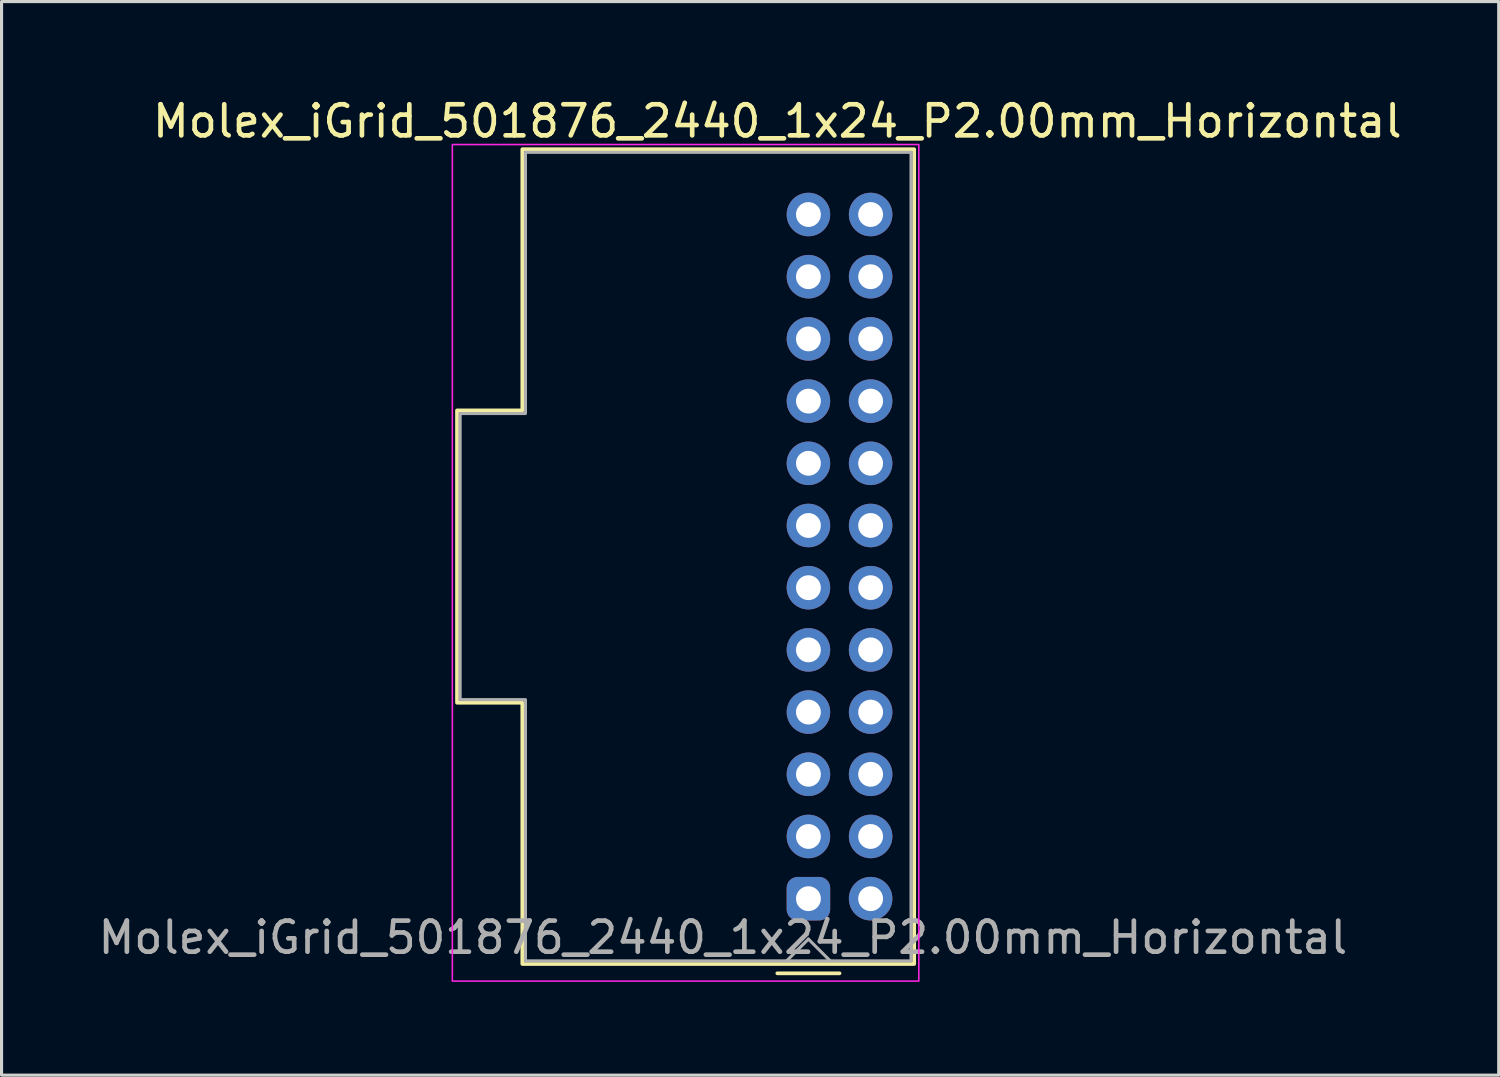
<source format=kicad_pcb>
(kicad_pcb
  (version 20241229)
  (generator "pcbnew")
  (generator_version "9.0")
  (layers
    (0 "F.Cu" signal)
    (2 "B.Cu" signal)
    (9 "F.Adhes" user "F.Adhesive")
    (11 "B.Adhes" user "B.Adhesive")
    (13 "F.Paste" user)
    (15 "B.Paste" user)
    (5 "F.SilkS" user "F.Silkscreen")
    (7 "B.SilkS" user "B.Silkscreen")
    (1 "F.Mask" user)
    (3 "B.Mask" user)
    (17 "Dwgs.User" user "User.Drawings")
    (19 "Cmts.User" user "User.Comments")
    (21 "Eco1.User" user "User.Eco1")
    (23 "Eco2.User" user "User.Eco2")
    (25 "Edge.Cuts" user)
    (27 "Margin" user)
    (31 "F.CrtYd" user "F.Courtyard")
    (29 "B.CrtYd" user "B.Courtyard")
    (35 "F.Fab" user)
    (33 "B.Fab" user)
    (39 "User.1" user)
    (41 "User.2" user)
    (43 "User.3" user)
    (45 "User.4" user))
  (footprint "Molex_iGrid_501876_2440_1x24_P2.00mm_Horizontal"
    (layer "F.Cu")
    (at 22.946 25.848)
    (property "Reference" "Molex_iGrid_501876_2440_1x24_P2.00mm_Horizontal" (at -1 -25 0) (unlocked yes) (layer "F.SilkS") (effects (font (size 1 1) (thickness 0.15))))
    (attr through_hole)
    (fp_line (start -1 2.4) (end 1 2.4) (stroke (width 0.12) (type default)) (layer "F.SilkS"))
    (fp_poly (pts (xy -9.2 -24.1) (xy 3.4 -24.1) (xy 3.4 2.1) (xy -9.2 2.1) (xy -9.2 -6.3) (xy -11.3 -6.3) (xy -11.3 -15.7) (xy -9.2 -15.7)) (stroke (width 0.12) (type solid)) (fill no) (layer "F.SilkS"))
    (fp_rect (start -11.45 -24.25) (end 3.55 2.65) (stroke (width 0.05) (type default)) (fill no) (layer "F.CrtYd"))
    (fp_line (start -0.7 2) (end 0 1.3) (stroke (width 0.1) (type default)) (layer "F.Fab"))
    (fp_line (start 0 1.3) (end 0.7 2) (stroke (width 0.1) (type default)) (layer "F.Fab"))
    (fp_poly (pts (xy -9.1 -24) (xy 3.3 -24) (xy 3.3 2) (xy -9.1 2) (xy -9.1 -6.4) (xy -11.2 -6.4) (xy -11.2 -15.6) (xy -9.1 -15.6)) (stroke (width 0.1) (type solid)) (fill no) (layer "F.Fab"))
    (fp_text user "${REFERENCE}" (at -2.75 1.25 0) (unlocked yes) (layer "F.Fab") (effects (font (size 1 1) (thickness 0.15))))
    (pad "1" thru_hole roundrect (at 0 0) (size 1.4 1.4) (drill 0.8) (layers "*.Cu" "*.Mask") (roundrect_rratio 0.25))
    (pad "2" thru_hole circle (at 2 0) (size 1.4 1.4) (drill 0.8) (layers "*.Cu" "*.Mask"))
    (pad "3" thru_hole circle (at 0 -2) (size 1.4 1.4) (drill 0.8) (layers "*.Cu" "*.Mask"))
    (pad "4" thru_hole circle (at 2 -2) (size 1.4 1.4) (drill 0.8) (layers "*.Cu" "*.Mask"))
    (pad "5" thru_hole circle (at 0 -4) (size 1.4 1.4) (drill 0.8) (layers "*.Cu" "*.Mask"))
    (pad "6" thru_hole circle (at 2 -4) (size 1.4 1.4) (drill 0.8) (layers "*.Cu" "*.Mask"))
    (pad "7" thru_hole circle (at 0 -6) (size 1.4 1.4) (drill 0.8) (layers "*.Cu" "*.Mask"))
    (pad "8" thru_hole circle (at 2 -6) (size 1.4 1.4) (drill 0.8) (layers "*.Cu" "*.Mask"))
    (pad "9" thru_hole circle (at 0 -8) (size 1.4 1.4) (drill 0.8) (layers "*.Cu" "*.Mask"))
    (pad "10" thru_hole circle (at 2 -8) (size 1.4 1.4) (drill 0.8) (layers "*.Cu" "*.Mask"))
    (pad "11" thru_hole circle (at 0 -10) (size 1.4 1.4) (drill 0.8) (layers "*.Cu" "*.Mask"))
    (pad "12" thru_hole circle (at 2 -10) (size 1.4 1.4) (drill 0.8) (layers "*.Cu" "*.Mask"))
    (pad "13" thru_hole circle (at 0 -12) (size 1.4 1.4) (drill 0.8) (layers "*.Cu" "*.Mask"))
    (pad "14" thru_hole circle (at 2 -12) (size 1.4 1.4) (drill 0.8) (layers "*.Cu" "*.Mask"))
    (pad "15" thru_hole circle (at 0 -14) (size 1.4 1.4) (drill 0.8) (layers "*.Cu" "*.Mask"))
    (pad "16" thru_hole circle (at 2 -14) (size 1.4 1.4) (drill 0.8) (layers "*.Cu" "*.Mask"))
    (pad "17" thru_hole circle (at 0 -16) (size 1.4 1.4) (drill 0.8) (layers "*.Cu" "*.Mask"))
    (pad "18" thru_hole circle (at 2 -16) (size 1.4 1.4) (drill 0.8) (layers "*.Cu" "*.Mask"))
    (pad "19" thru_hole circle (at 0 -18) (size 1.4 1.4) (drill 0.8) (layers "*.Cu" "*.Mask"))
    (pad "20" thru_hole circle (at 2 -18) (size 1.4 1.4) (drill 0.8) (layers "*.Cu" "*.Mask"))
    (pad "21" thru_hole circle (at 0 -20) (size 1.4 1.4) (drill 0.8) (layers "*.Cu" "*.Mask"))
    (pad "22" thru_hole circle (at 2 -20) (size 1.4 1.4) (drill 0.8) (layers "*.Cu" "*.Mask"))
    (pad "23" thru_hole circle (at 0 -22) (size 1.4 1.4) (drill 0.8) (layers "*.Cu" "*.Mask"))
    (pad "24" thru_hole circle (at 2 -22) (size 1.4 1.4) (drill 0.8) (layers "*.Cu" "*.Mask")))
  (gr_rect
    (start -3 -3)
    (end 45.143 31.523)
    (stroke (width 0.1) (type default))
    (fill no)
    (layer "Edge.Cuts")))
</source>
